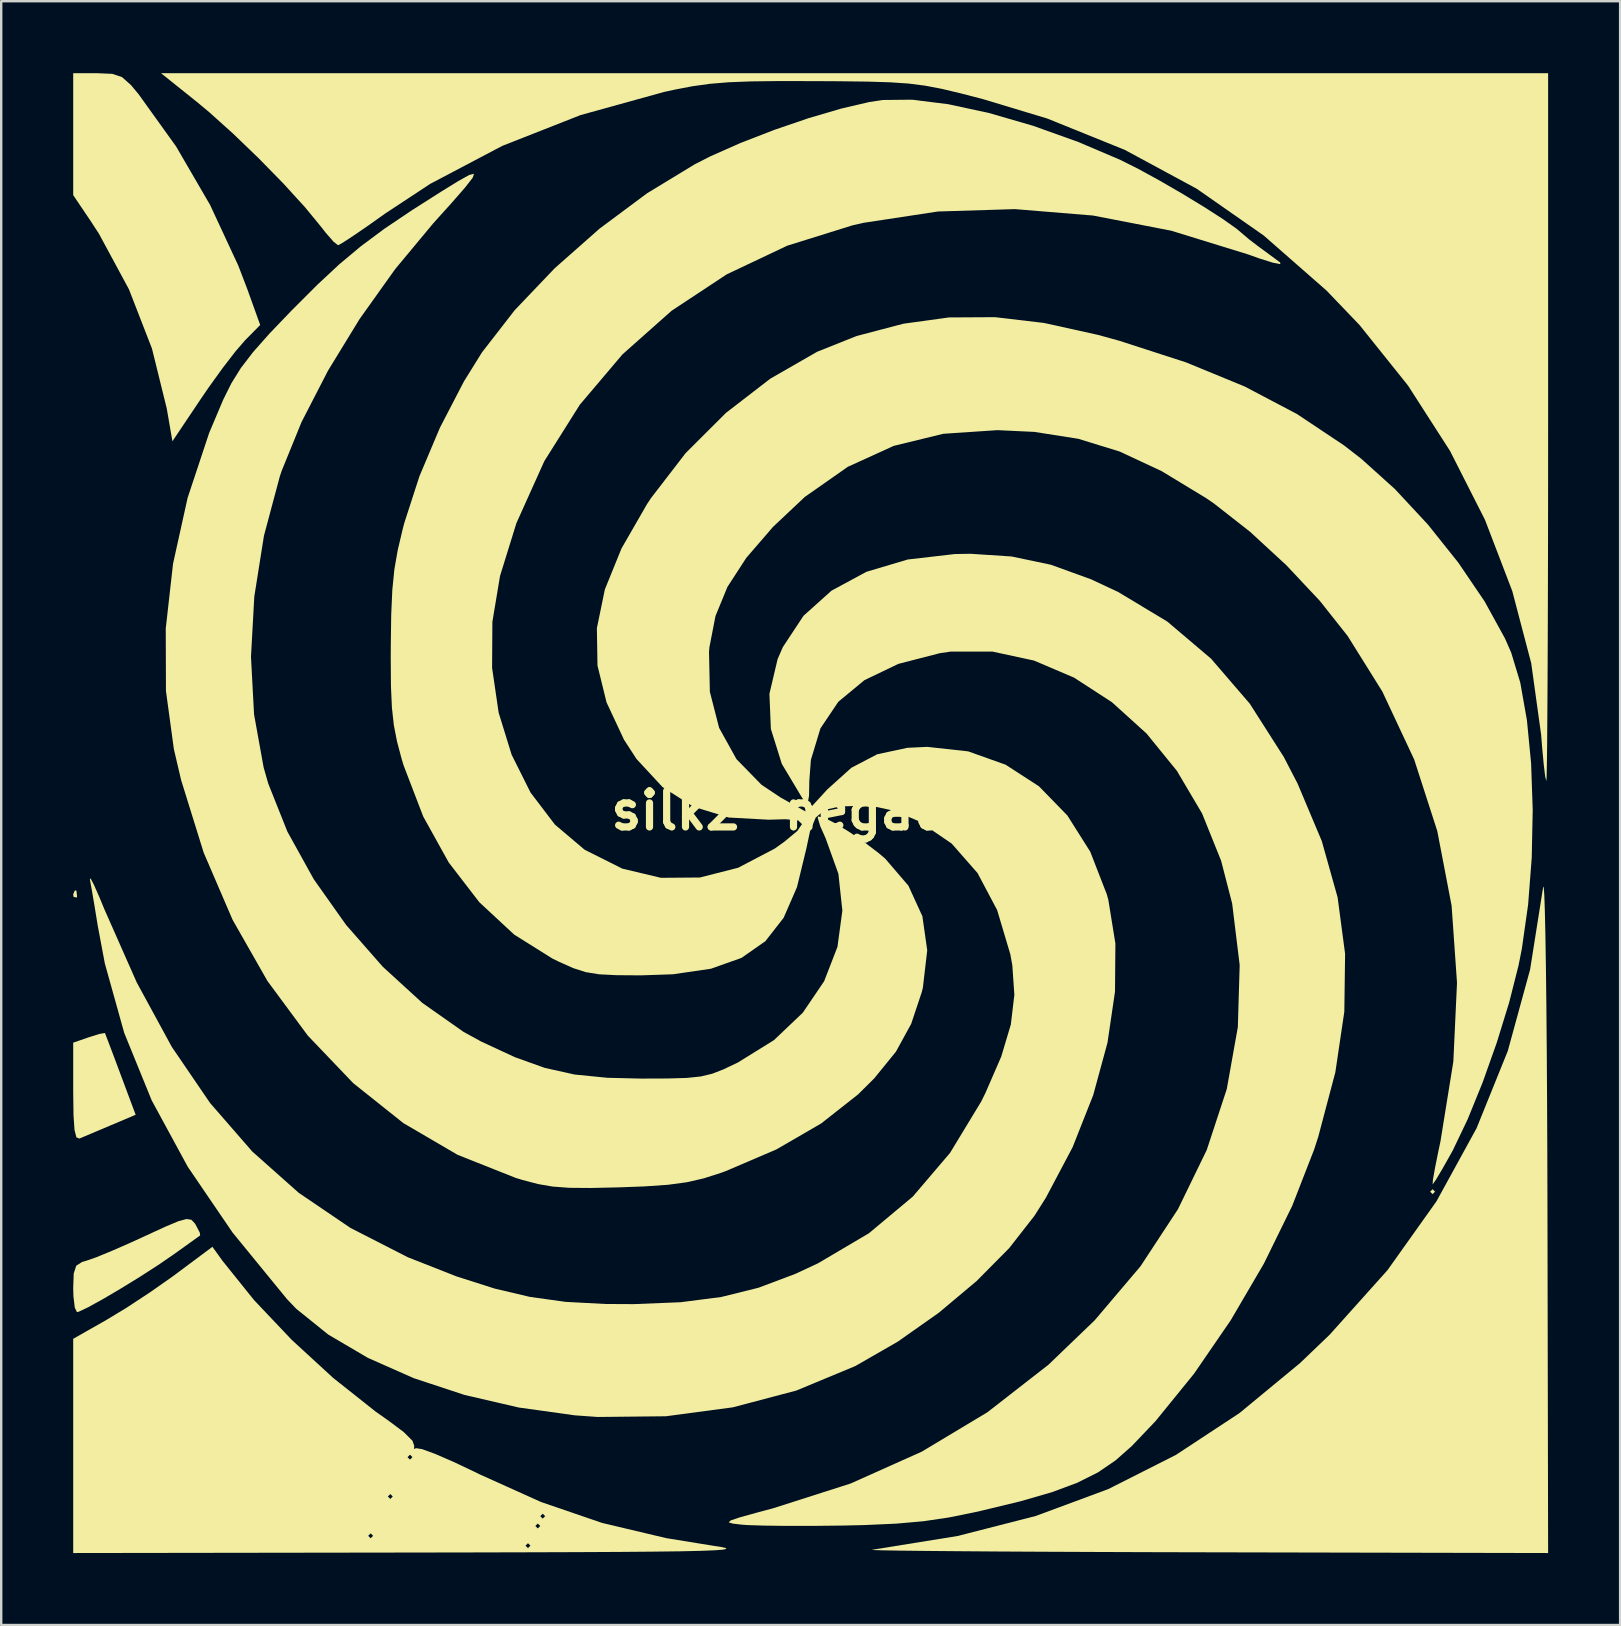
<source format=kicad_pcb>
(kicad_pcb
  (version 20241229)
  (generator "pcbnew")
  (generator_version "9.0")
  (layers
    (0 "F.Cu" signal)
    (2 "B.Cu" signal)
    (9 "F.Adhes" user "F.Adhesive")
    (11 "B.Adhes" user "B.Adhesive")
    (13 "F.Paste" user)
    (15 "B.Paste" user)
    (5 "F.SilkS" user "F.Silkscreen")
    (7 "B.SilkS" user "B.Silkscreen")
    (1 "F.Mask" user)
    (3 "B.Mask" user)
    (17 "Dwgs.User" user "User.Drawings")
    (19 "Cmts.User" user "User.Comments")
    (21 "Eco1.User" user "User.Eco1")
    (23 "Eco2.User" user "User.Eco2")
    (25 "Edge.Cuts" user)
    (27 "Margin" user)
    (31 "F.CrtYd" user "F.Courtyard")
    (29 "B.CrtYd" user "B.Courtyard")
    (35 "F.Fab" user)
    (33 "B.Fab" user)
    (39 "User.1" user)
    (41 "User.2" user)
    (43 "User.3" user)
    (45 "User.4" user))
  (footprint "silk2-negative"
    (layer "F.Cu")
    (at 30.726 30.726)
    (property "Reference" "silk2-negative" (at 0 0 0) (layer "F.SilkS") (effects (font (size 1.5 1.5) (thickness 0.3))))
    (attr board_only exclude_from_pos_files exclude_from_bom)
    (fp_poly (pts (xy 26.015 15.875) (xy 25.912 15.977) (xy 25.81 15.875) (xy 25.912 15.773)) (stroke (width 0) (type solid)) (fill yes) (layer "F.SilkS"))
    (fp_poly (pts (xy -30.589 3.346) (xy -30.565 3.589) (xy -30.589 3.619) (xy -30.711 3.591) (xy -30.726 3.482) (xy -30.651 3.314)) (stroke (width 0) (type solid)) (fill yes) (layer "F.SilkS"))
    (fp_poly (pts (xy -29.403 9.268) (xy -29.324 9.47) (xy -29.136 9.965) (xy -28.874 10.663) (xy -28.75 10.996) (xy -28.124 12.671) (xy -29.169 13.113) (xy -29.798 13.379) (xy -30.29 13.587) (xy -30.47 13.662) (xy -30.592 13.612) (xy -30.671 13.307) (xy -30.713 12.696) (xy -30.726 11.728) (xy -30.726 11.718) (xy -30.726 9.667) (xy -30.078 9.442) (xy -29.634 9.303) (xy -29.408 9.264)) (stroke (width 0) (type solid)) (fill yes) (layer "F.SilkS"))
    (fp_poly (pts (xy -29.103 -30.699) (xy -28.693 -30.563) (xy -28.321 -30.233) (xy -28.005 -29.855) (xy -26.438 -27.672) (xy -25.024 -25.24) (xy -23.85 -22.716) (xy -23.477 -21.743) (xy -22.935 -20.236) (xy -23.57 -19.592) (xy -23.96 -19.141) (xy -24.488 -18.457) (xy -25.07 -17.65) (xy -25.399 -17.17) (xy -26.592 -15.391) (xy -26.829 -16.76) (xy -27.444 -19.252) (xy -28.403 -21.721) (xy -29.654 -24.037) (xy -29.987 -24.55) (xy -30.726 -25.646) (xy -30.726 -28.186) (xy -30.726 -30.726) (xy -29.715 -30.726)) (stroke (width 0) (type solid)) (fill yes) (layer "F.SilkS"))
    (fp_poly (pts (xy -25.802 17.046) (xy -25.667 17.186) (xy -25.622 17.255) (xy -25.452 17.582) (xy -25.437 17.7) (xy -25.625 17.833) (xy -26.048 18.137) (xy -26.55 18.496) (xy -27.188 18.933) (xy -27.947 19.422) (xy -28.742 19.911) (xy -29.487 20.35) (xy -30.098 20.687) (xy -30.489 20.873) (xy -30.569 20.894) (xy -30.659 20.709) (xy -30.716 20.24) (xy -30.726 19.892) (xy -30.704 19.282) (xy -30.599 18.959) (xy -30.355 18.803) (xy -30.188 18.755) (xy -29.776 18.612) (xy -29.103 18.336) (xy -28.281 17.975) (xy -27.762 17.737) (xy -26.907 17.343) (xy -26.347 17.107) (xy -26.004 17.014)) (stroke (width 0) (type solid)) (fill yes) (layer "F.SilkS"))
    (fp_poly (pts (xy 30.566 3.5) (xy 30.59 4.191) (xy 30.613 5.207) (xy 30.634 6.519) (xy 30.653 8.1) (xy 30.669 9.92) (xy 30.682 11.953) (xy 30.692 14.169) (xy 30.698 16.336) (xy 30.726 30.931) (xy 16.336 30.9) (xy 13.968 30.894) (xy 11.739 30.886) (xy 9.679 30.877) (xy 7.819 30.867) (xy 6.19 30.855) (xy 4.823 30.843) (xy 3.749 30.831) (xy 2.999 30.818) (xy 2.603 30.805) (xy 2.56 30.795) (xy 6.116 30.222) (xy 9.383 29.385) (xy 12.403 28.265) (xy 15.218 26.842) (xy 17.867 25.099) (xy 20.391 23.015) (xy 21.624 21.834) (xy 24.033 19.146) (xy 26.074 16.277) (xy 27.745 13.231) (xy 29.046 10.011) (xy 29.975 6.62) (xy 30.516 3.205) (xy 30.541 3.162)) (stroke (width 0) (type solid)) (fill yes) (layer "F.SilkS"))
    (fp_poly (pts (xy 30.726 -15.977) (xy 30.725 -13.56) (xy 30.722 -11.266) (xy 30.717 -9.128) (xy 30.711 -7.177) (xy 30.703 -5.447) (xy 30.694 -3.97) (xy 30.685 -2.777) (xy 30.674 -1.902) (xy 30.662 -1.377) (xy 30.651 -1.229) (xy 30.605 -1.419) (xy 30.543 -1.928) (xy 30.474 -2.668) (xy 30.436 -3.158) (xy 30.022 -6.143) (xy 29.233 -9.148) (xy 28.096 -12.116) (xy 26.638 -14.99) (xy 24.887 -17.714) (xy 22.87 -20.232) (xy 21.498 -21.665) (xy 18.876 -23.964) (xy 16.085 -25.912) (xy 13.089 -27.531) (xy 9.853 -28.839) (xy 7.169 -29.649) (xy 6.222 -29.894) (xy 5.451 -30.077) (xy 4.768 -30.207) (xy 4.085 -30.294) (xy 3.313 -30.347) (xy 2.365 -30.376) (xy 1.151 -30.391) (xy 0.205 -30.396) (xy -1.295 -30.399) (xy -2.472 -30.385) (xy -3.41 -30.349) (xy -4.197 -30.284) (xy -4.918 -30.184) (xy -5.658 -30.043) (xy -6.107 -29.945) (xy -9.588 -28.981) (xy -12.845 -27.7) (xy -15.852 -26.115) (xy -17.719 -24.885) (xy -18.471 -24.352) (xy -19.1 -23.921) (xy -19.533 -23.641) (xy -19.691 -23.558) (xy -19.88 -23.707) (xy -20.21 -24.085) (xy -20.397 -24.325) (xy -21.069 -25.143) (xy -21.965 -26.125) (xy -22.993 -27.176) (xy -24.057 -28.201) (xy -25.064 -29.106) (xy -25.567 -29.525) (xy -27.066 -30.726) (xy 1.83 -30.726) (xy 30.726 -30.726)) (stroke (width 0) (type solid)) (fill yes) (layer "F.SilkS"))
    (fp_poly (pts (xy -24.498 18.765) (xy -23.193 20.39) (xy -21.619 22.051) (xy -19.893 23.636) (xy -18.129 25.035) (xy -17.56 25.437) (xy -16.954 25.891) (xy -16.588 26.257) (xy -16.516 26.467) (xy -16.528 26.598) (xy -16.444 26.562) (xy -16.193 26.601) (xy -15.652 26.798) (xy -14.897 27.125) (xy -14.001 27.549) (xy -13.801 27.648) (xy -11.233 28.805) (xy -8.689 29.677) (xy -6.018 30.31) (xy -4.097 30.622) (xy -3.755 30.673) (xy -3.551 30.718) (xy -3.507 30.757) (xy -3.646 30.789) (xy -3.992 30.816) (xy -4.568 30.839) (xy -5.396 30.858) (xy -6.5 30.872) (xy -7.903 30.884) (xy -9.627 30.893) (xy -11.696 30.9) (xy -14.132 30.906) (xy -16.438 30.91) (xy -30.726 30.931) (xy -30.726 30.623) (xy -11.881 30.623) (xy -11.778 30.726) (xy -11.676 30.623) (xy -11.778 30.521) (xy -11.881 30.623) (xy -30.726 30.623) (xy -30.726 30.214) (xy -18.435 30.214) (xy -18.333 30.316) (xy -18.231 30.214) (xy -18.333 30.111) (xy -18.435 30.214) (xy -30.726 30.214) (xy -30.726 29.804) (xy -11.471 29.804) (xy -11.369 29.906) (xy -11.266 29.804) (xy -11.369 29.702) (xy -11.471 29.804) (xy -30.726 29.804) (xy -30.726 29.394) (xy -11.266 29.394) (xy -11.164 29.497) (xy -11.061 29.394) (xy -11.164 29.292) (xy -11.266 29.394) (xy -30.726 29.394) (xy -30.726 28.575) (xy -17.616 28.575) (xy -17.514 28.677) (xy -17.411 28.575) (xy -17.514 28.473) (xy -17.616 28.575) (xy -30.726 28.575) (xy -30.726 26.936) (xy -16.797 26.936) (xy -16.694 27.039) (xy -16.592 26.936) (xy -16.694 26.834) (xy -16.797 26.936) (xy -30.726 26.936) (xy -30.726 26.468) (xy -30.726 22.005) (xy -29.343 21.219) (xy -28.498 20.707) (xy -27.52 20.064) (xy -26.596 19.416) (xy -26.443 19.303) (xy -24.926 18.172)) (stroke (width 0) (type solid)) (fill yes) (layer "F.SilkS"))
    (fp_poly (pts (xy 8.374 -10.59) (xy 10.009 -10.246) (xy 11.691 -9.636) (xy 12.802 -9.117) (xy 14.859 -7.879) (xy 16.684 -6.331) (xy 18.297 -4.456) (xy 19.714 -2.236) (xy 20.288 -1.127) (xy 21.296 1.266) (xy 21.955 3.611) (xy 22.267 5.962) (xy 22.235 8.373) (xy 21.861 10.899) (xy 21.147 13.594) (xy 20.977 14.119) (xy 20.063 16.466) (xy 18.883 18.873) (xy 17.499 21.237) (xy 15.974 23.458) (xy 14.37 25.433) (xy 13.383 26.47) (xy 12.705 27.07) (xy 11.969 27.572) (xy 11.106 28.004) (xy 10.049 28.397) (xy 8.729 28.778) (xy 7.079 29.176) (xy 6.862 29.225) (xy 5.759 29.449) (xy 4.704 29.605) (xy 3.568 29.706) (xy 2.223 29.766) (xy 1.331 29.786) (xy 0.133 29.799) (xy -0.994 29.8) (xy -1.954 29.788) (xy -2.649 29.765) (xy -2.868 29.749) (xy -3.249 29.704) (xy -3.416 29.652) (xy -3.331 29.573) (xy -2.953 29.445) (xy -2.245 29.248) (xy -1.57 29.068) (xy 1.667 28.033) (xy 4.633 26.705) (xy 7.367 25.063) (xy 9.907 23.085) (xy 11.833 21.235) (xy 13.743 18.983) (xy 15.303 16.606) (xy 16.504 14.135) (xy 17.338 11.597) (xy 17.798 9.02) (xy 17.875 6.435) (xy 17.562 3.87) (xy 17.101 2.084) (xy 16.308 0.116) (xy 15.259 -1.659) (xy 13.994 -3.214) (xy 12.553 -4.518) (xy 10.977 -5.541) (xy 9.306 -6.254) (xy 7.581 -6.626) (xy 5.842 -6.628) (xy 5.385 -6.562) (xy 3.652 -6.115) (xy 2.238 -5.436) (xy 1.153 -4.537) (xy 0.407 -3.428) (xy 0.01 -2.117) (xy -0.056 -1.246) (xy -0.067 -0.627) (xy -0.114 -0.356) (xy -0.223 -0.373) (xy -0.353 -0.53) (xy -1.202 -1.949) (xy -1.658 -3.405) (xy -1.718 -4.869) (xy -1.378 -6.311) (xy -1.159 -6.815) (xy -0.3 -8.117) (xy 0.868 -9.166) (xy 2.323 -9.952) (xy 4.043 -10.464) (xy 6.007 -10.692) (xy 6.656 -10.703)) (stroke (width 0) (type solid)) (fill yes) (layer "F.SilkS"))
    (fp_poly (pts (xy -14.081 -26.371) (xy -14.398 -25.964) (xy -14.983 -25.294) (xy -15.729 -24.467) (xy -17.31 -22.565) (xy -18.791 -20.488) (xy -20.111 -18.331) (xy -21.212 -16.193) (xy -22.036 -14.169) (xy -22.117 -13.929) (xy -22.779 -11.452) (xy -23.181 -8.917) (xy -23.319 -6.409) (xy -23.191 -4.011) (xy -22.793 -1.806) (xy -22.599 -1.127) (xy -21.802 0.873) (xy -20.701 2.86) (xy -19.356 4.761) (xy -17.828 6.503) (xy -16.177 8.012) (xy -14.462 9.217) (xy -13.727 9.62) (xy -12.322 10.272) (xy -11.073 10.719) (xy -9.837 10.994) (xy -8.468 11.13) (xy -7.063 11.163) (xy -5.962 11.159) (xy -5.17 11.136) (xy -4.585 11.076) (xy -4.106 10.962) (xy -3.633 10.779) (xy -3.064 10.508) (xy -3.029 10.491) (xy -1.529 9.561) (xy -0.327 8.417) (xy 0.562 7.106) (xy 1.117 5.673) (xy 1.321 4.166) (xy 1.156 2.631) (xy 0.626 1.157) (xy 0.398 0.644) (xy 0.296 0.304) (xy 0.304 0.242) (xy 0.53 0.279) (xy 0.988 0.508) (xy 1.587 0.872) (xy 2.234 1.312) (xy 2.839 1.772) (xy 3.113 2.007) (xy 4.072 3.125) (xy 4.655 4.399) (xy 4.857 5.818) (xy 4.676 7.37) (xy 4.631 7.555) (xy 4.188 8.883) (xy 3.553 10.042) (xy 2.65 11.153) (xy 1.978 11.82) (xy 0.439 13.032) (xy -1.425 14.113) (xy -3.542 15.02) (xy -3.744 15.093) (xy -4.462 15.322) (xy -5.159 15.482) (xy -5.947 15.588) (xy -6.94 15.656) (xy -7.989 15.695) (xy -9.172 15.721) (xy -10.055 15.714) (xy -10.75 15.662) (xy -11.366 15.556) (xy -12.013 15.385) (xy -12.29 15.301) (xy -14.71 14.34) (xy -16.972 13.017) (xy -19.058 11.354) (xy -20.951 9.373) (xy -22.633 7.097) (xy -24.085 4.548) (xy -25.29 1.748) (xy -26.231 -1.279) (xy -26.532 -2.566) (xy -26.862 -4.99) (xy -26.87 -7.587) (xy -26.566 -10.29) (xy -25.96 -13.03) (xy -25.061 -15.739) (xy -24.475 -17.126) (xy -24.134 -17.81) (xy -23.741 -18.442) (xy -23.234 -19.103) (xy -22.551 -19.875) (xy -21.628 -20.838) (xy -21.603 -20.863) (xy -20.557 -21.909) (xy -19.634 -22.769) (xy -18.734 -23.521) (xy -17.759 -24.246) (xy -16.61 -25.019) (xy -15.383 -25.799) (xy -14.683 -26.231) (xy -14.229 -26.484) (xy -14.027 -26.537)) (stroke (width 0) (type solid)) (fill yes) (layer "F.SilkS"))
    (fp_poly (pts (xy 5.728 -29.435) (xy 7.432 -29.067) (xy 9.264 -28.536) (xy 11.151 -27.86) (xy 12.889 -27.12) (xy 13.634 -26.748) (xy 14.527 -26.259) (xy 15.477 -25.709) (xy 16.392 -25.153) (xy 17.18 -24.646) (xy 17.749 -24.243) (xy 17.941 -24.081) (xy 18.266 -23.804) (xy 18.658 -23.505) (xy 19.179 -23.123) (xy 19.562 -22.838) (xy 19.569 -22.769) (xy 19.254 -22.832) (xy 18.677 -23.014) (xy 18.231 -23.174) (xy 15.022 -24.164) (xy 11.764 -24.796) (xy 8.508 -25.063) (xy 5.305 -24.964) (xy 2.206 -24.493) (xy 1.755 -24.391) (xy -0.974 -23.54) (xy -3.498 -22.345) (xy -5.795 -20.828) (xy -7.841 -19.011) (xy -9.616 -16.916) (xy -11.096 -14.565) (xy -12.26 -11.98) (xy -12.943 -9.777) (xy -13.261 -7.867) (xy -13.273 -5.949) (xy -13 -4.083) (xy -12.459 -2.331) (xy -11.672 -0.756) (xy -10.655 0.581) (xy -9.43 1.618) (xy -9.4 1.637) (xy -7.846 2.416) (xy -6.238 2.798) (xy -4.617 2.785) (xy -3.023 2.379) (xy -1.497 1.581) (xy -1.093 1.291) (xy -0.559 0.848) (xy -0.361 0.561) (xy -0.518 0.406) (xy -1.047 0.357) (xy -1.751 0.377) (xy -3.416 0.286) (xy -4.889 -0.166) (xy -6.169 -0.98) (xy -7.258 -2.156) (xy -7.777 -2.957) (xy -8.504 -4.51) (xy -8.882 -6.046) (xy -8.907 -7.603) (xy -8.575 -9.217) (xy -7.881 -10.926) (xy -6.821 -12.767) (xy -6.655 -13.019) (xy -5.211 -14.895) (xy -3.529 -16.574) (xy -1.678 -18.001) (xy 0.271 -19.12) (xy 1.912 -19.776) (xy 3.862 -20.288) (xy 5.756 -20.55) (xy 7.682 -20.561) (xy 9.725 -20.32) (xy 11.97 -19.823) (xy 12.863 -19.577) (xy 15.641 -18.677) (xy 18.084 -17.672) (xy 20.258 -16.528) (xy 22.23 -15.213) (xy 22.949 -14.655) (xy 24.344 -13.398) (xy 25.714 -11.925) (xy 26.984 -10.334) (xy 28.08 -8.719) (xy 28.928 -7.177) (xy 29.187 -6.588) (xy 29.566 -5.334) (xy 29.843 -3.767) (xy 30.017 -1.975) (xy 30.084 -0.04) (xy 30.044 1.95) (xy 29.893 3.911) (xy 29.631 5.758) (xy 29.493 6.452) (xy 29.103 7.992) (xy 28.589 9.658) (xy 27.998 11.322) (xy 27.375 12.856) (xy 26.766 14.13) (xy 26.692 14.267) (xy 26.336 14.899) (xy 26.061 15.362) (xy 25.919 15.565) (xy 25.914 15.568) (xy 25.926 15.383) (xy 26.013 14.888) (xy 26.157 14.172) (xy 26.241 13.778) (xy 26.777 10.454) (xy 26.93 7.172) (xy 26.705 3.961) (xy 26.108 0.849) (xy 25.144 -2.136) (xy 23.818 -4.964) (xy 22.371 -7.281) (xy 21.217 -8.738) (xy 19.82 -10.226) (xy 18.307 -11.62) (xy 16.806 -12.796) (xy 16.478 -13.021) (xy 14.621 -14.148) (xy 12.878 -14.962) (xy 11.145 -15.495) (xy 9.318 -15.781) (xy 7.784 -15.854) (xy 5.529 -15.703) (xy 3.459 -15.198) (xy 1.545 -14.325) (xy -0.243 -13.072) (xy -1.568 -11.824) (xy -2.684 -10.531) (xy -3.468 -9.321) (xy -3.965 -8.111) (xy -4.217 -6.817) (xy -4.235 -6.625) (xy -4.2 -4.953) (xy -3.814 -3.45) (xy -3.092 -2.148) (xy -2.049 -1.079) (xy -1.264 -0.555) (xy -0.172 0.058) (xy 0.694 -0.885) (xy 1.694 -1.786) (xy 2.772 -2.349) (xy 4.032 -2.619) (xy 4.857 -2.658) (xy 6.561 -2.471) (xy 8.122 -1.915) (xy 9.511 -1.016) (xy 10.696 0.201) (xy 11.649 1.71) (xy 12.339 3.486) (xy 12.402 3.714) (xy 12.697 5.536) (xy 12.68 7.543) (xy 12.367 9.669) (xy 11.773 11.85) (xy 10.913 14.024) (xy 9.802 16.124) (xy 9.324 16.88) (xy 8.273 18.225) (xy 6.915 19.597) (xy 5.337 20.921) (xy 3.63 22.123) (xy 1.882 23.128) (xy 1.844 23.147) (xy -0.599 24.162) (xy -3.247 24.861) (xy -6.028 25.232) (xy -8.87 25.262) (xy -9.832 25.193) (xy -12.168 24.867) (xy -14.424 24.343) (xy -16.538 23.645) (xy -18.451 22.798) (xy -20.102 21.827) (xy -21.431 20.756) (xy -21.82 20.35) (xy -24.082 17.583) (xy -25.954 14.836) (xy -27.455 12.072) (xy -28.6 9.261) (xy -29.408 6.366) (xy -29.702 4.802) (xy -29.832 4.004) (xy -29.951 3.302) (xy -30.03 2.868) (xy -30.006 2.817) (xy -29.861 3.093) (xy -29.619 3.642) (xy -29.43 4.101) (xy -28.077 7.161) (xy -26.616 9.845) (xy -25.021 12.183) (xy -23.266 14.201) (xy -21.325 15.926) (xy -19.173 17.386) (xy -16.782 18.608) (xy -14.748 19.408) (xy -13.157 19.915) (xy -11.692 20.26) (xy -10.209 20.466) (xy -8.561 20.554) (xy -7.374 20.56) (xy -5.418 20.481) (xy -3.727 20.263) (xy -2.175 19.878) (xy -0.633 19.297) (xy 0.307 18.859) (xy 2.429 17.606) (xy 4.255 16.08) (xy 5.806 14.261) (xy 7.101 12.127) (xy 7.275 11.778) (xy 7.941 10.246) (xy 8.34 8.911) (xy 8.487 7.674) (xy 8.402 6.439) (xy 8.318 5.979) (xy 7.768 4.138) (xy 6.953 2.6) (xy 5.877 1.373) (xy 4.543 0.461) (xy 4.473 0.425) (xy 3.484 0.005) (xy 2.606 -0.182) (xy 2.131 -0.205) (xy 1.201 -0.173) (xy 0.591 -0.032) (xy 0.211 0.287) (xy -0.025 0.852) (xy -0.181 1.586) (xy -0.571 3.19) (xy -1.127 4.465) (xy -1.885 5.437) (xy -2.883 6.135) (xy -4.154 6.586) (xy -5.736 6.817) (xy -7.071 6.862) (xy -8.085 6.855) (xy -8.812 6.818) (xy -9.372 6.728) (xy -9.888 6.562) (xy -10.481 6.298) (xy -10.758 6.163) (xy -12.353 5.164) (xy -13.805 3.815) (xy -15.079 2.16) (xy -16.142 0.245) (xy -16.96 -1.886) (xy -17.043 -2.162) (xy -17.235 -2.884) (xy -17.366 -3.558) (xy -17.447 -4.29) (xy -17.487 -5.184) (xy -17.496 -6.344) (xy -17.494 -6.862) (xy -17.476 -8.175) (xy -17.43 -9.197) (xy -17.345 -10.049) (xy -17.206 -10.849) (xy -17.001 -11.718) (xy -16.932 -11.983) (xy -16.301 -13.932) (xy -15.445 -15.96) (xy -14.445 -17.887) (xy -13.694 -19.095) (xy -12.331 -20.852) (xy -10.664 -22.6) (xy -8.793 -24.252) (xy -6.815 -25.724) (xy -4.83 -26.931) (xy -4.199 -27.253) (xy -2.927 -27.818) (xy -1.517 -28.364) (xy -0.08 -28.855) (xy 1.276 -29.253) (xy 2.44 -29.524) (xy 2.996 -29.61) (xy 4.225 -29.622)) (stroke (width 0) (type solid)) (fill yes) (layer "F.SilkS")))
  (gr_rect
    (start -3 -3)
    (end 64.452 64.656)
    (stroke (width 0.1) (type default))
    (fill no)
    (layer "Edge.Cuts")))
</source>
